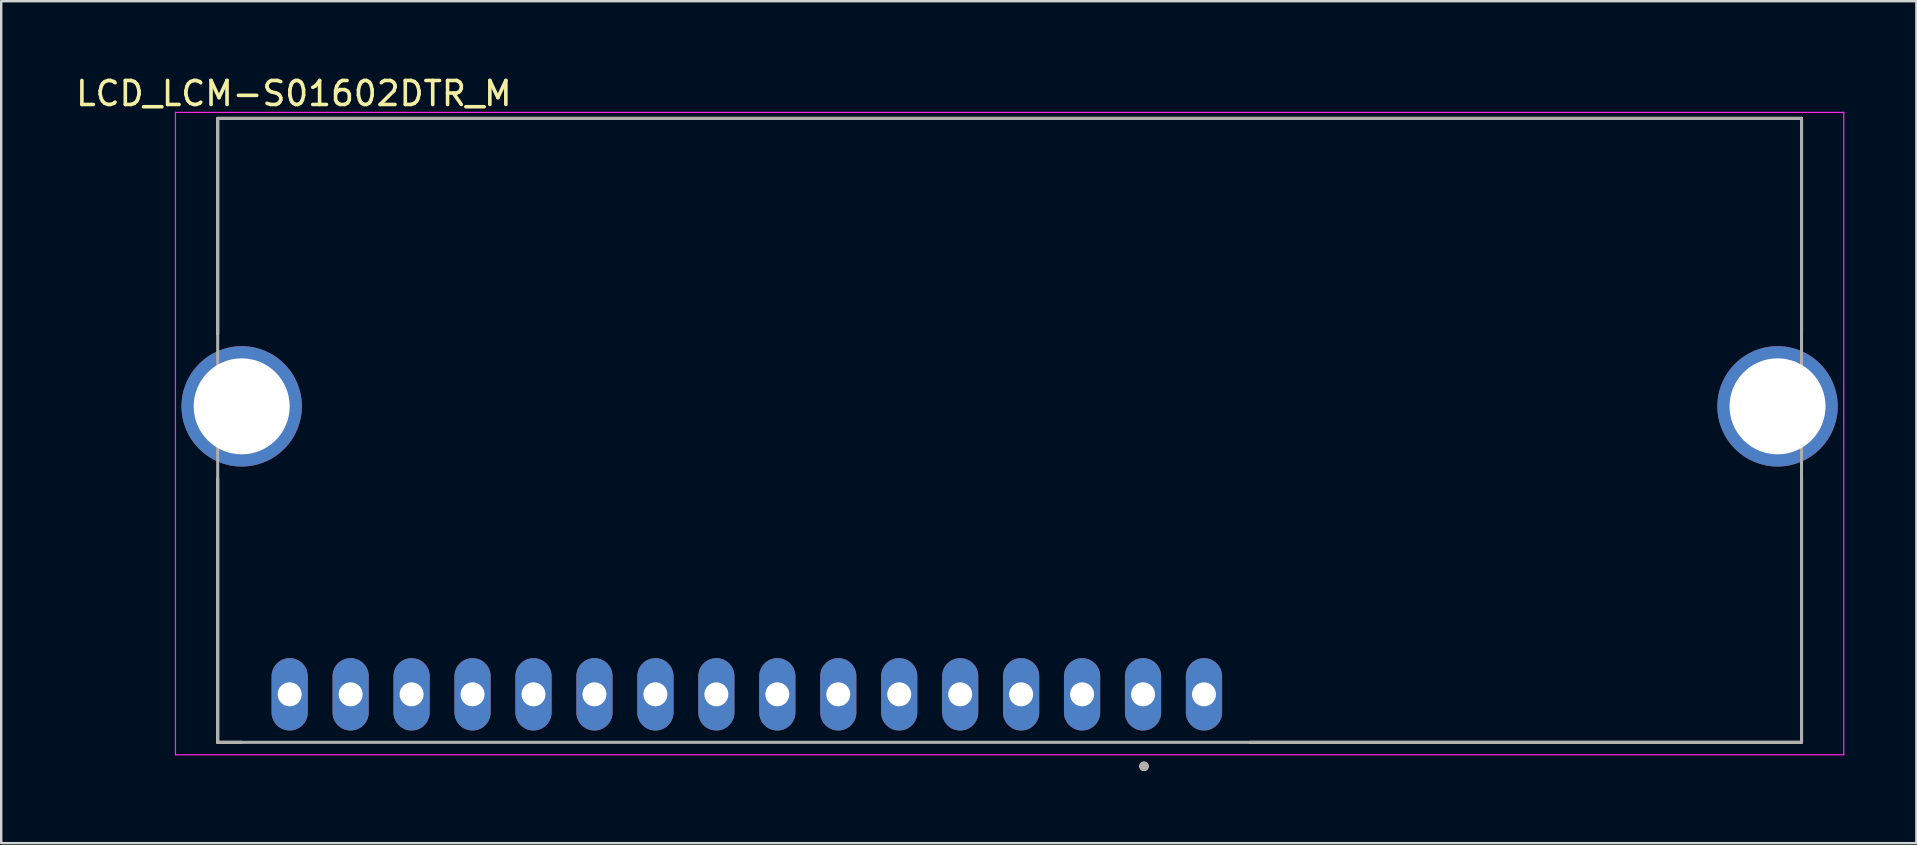
<source format=kicad_pcb>
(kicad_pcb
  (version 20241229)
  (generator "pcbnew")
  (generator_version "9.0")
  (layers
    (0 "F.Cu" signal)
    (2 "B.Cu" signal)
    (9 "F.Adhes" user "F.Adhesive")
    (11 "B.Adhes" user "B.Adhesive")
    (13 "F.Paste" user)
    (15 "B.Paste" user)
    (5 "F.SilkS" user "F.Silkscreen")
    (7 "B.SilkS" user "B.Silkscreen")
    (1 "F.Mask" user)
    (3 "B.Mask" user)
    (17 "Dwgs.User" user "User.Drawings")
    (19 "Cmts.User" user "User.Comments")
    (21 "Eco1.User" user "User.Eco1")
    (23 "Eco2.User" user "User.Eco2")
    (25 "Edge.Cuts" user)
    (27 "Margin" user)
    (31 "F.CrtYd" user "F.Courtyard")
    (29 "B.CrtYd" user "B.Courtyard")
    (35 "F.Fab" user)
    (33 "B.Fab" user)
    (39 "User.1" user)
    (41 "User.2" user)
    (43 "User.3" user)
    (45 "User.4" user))
  (footprint "LCD_LCM-S01602DTR_M"
    (layer "F.Cu")
    (at 39.021 14.883)
    (property "Reference" "LCD_LCM-S01602DTR_M" (at -29.825 -14.035 0) (layer "F.SilkS") (effects (font (size 1 1) (thickness 0.15))))
    (attr through_hole)
    (fp_line (start -33 -13) (end -33 -4) (stroke (width 0.127) (type solid)) (layer "F.SilkS"))
    (fp_line (start -33 2) (end -33 13) (stroke (width 0.127) (type solid)) (layer "F.SilkS"))
    (fp_line (start -33 13) (end -32 13) (stroke (width 0.127) (type solid)) (layer "F.SilkS"))
    (fp_line (start 10 13) (end 33 13) (stroke (width 0.127) (type solid)) (layer "F.SilkS"))
    (fp_line (start 33 -13) (end -33 -13) (stroke (width 0.127) (type solid)) (layer "F.SilkS"))
    (fp_line (start 33 -13) (end 33 -4) (stroke (width 0.127) (type solid)) (layer "F.SilkS"))
    (fp_line (start 33 2) (end 33 13) (stroke (width 0.127) (type solid)) (layer "F.SilkS"))
    (fp_circle (center 5.6 14) (end 5.7 14) (stroke (width 0.2) (type solid)) (fill no) (layer "F.SilkS"))
    (fp_line (start -34.76 -13.25) (end -34.76 13.52) (stroke (width 0.05) (type solid)) (layer "F.CrtYd"))
    (fp_line (start -34.76 13.52) (end 34.76 13.52) (stroke (width 0.05) (type solid)) (layer "F.CrtYd"))
    (fp_line (start 34.76 -13.25) (end -34.76 -13.25) (stroke (width 0.05) (type solid)) (layer "F.CrtYd"))
    (fp_line (start 34.76 13.52) (end 34.76 -13.25) (stroke (width 0.05) (type solid)) (layer "F.CrtYd"))
    (fp_line (start -33 -13) (end -33 13) (stroke (width 0.127) (type solid)) (layer "F.Fab"))
    (fp_line (start -33 13) (end 33 13) (stroke (width 0.127) (type solid)) (layer "F.Fab"))
    (fp_line (start 33 -13) (end -33 -13) (stroke (width 0.127) (type solid)) (layer "F.Fab"))
    (fp_line (start 33 13) (end 33 -13) (stroke (width 0.127) (type solid)) (layer "F.Fab"))
    (fp_circle (center 5.6 14) (end 5.7 14) (stroke (width 0.2) (type solid)) (fill no) (layer "F.Fab"))
    (pad "1" thru_hole oval (at 3.02 11) (size 1.508 3.016) (drill 1) (layers "*.Cu" "*.Mask"))
    (pad "2" thru_hole oval (at 0.48 11) (size 1.508 3.016) (drill 1) (layers "*.Cu" "*.Mask"))
    (pad "3" thru_hole oval (at -2.06 11) (size 1.508 3.016) (drill 1) (layers "*.Cu" "*.Mask"))
    (pad "4" thru_hole oval (at -4.6 11) (size 1.508 3.016) (drill 1) (layers "*.Cu" "*.Mask"))
    (pad "5" thru_hole oval (at -7.14 11) (size 1.508 3.016) (drill 1) (layers "*.Cu" "*.Mask"))
    (pad "6" thru_hole oval (at -9.68 11) (size 1.508 3.016) (drill 1) (layers "*.Cu" "*.Mask"))
    (pad "7" thru_hole oval (at -12.22 11) (size 1.508 3.016) (drill 1) (layers "*.Cu" "*.Mask"))
    (pad "8" thru_hole oval (at -14.76 11) (size 1.508 3.016) (drill 1) (layers "*.Cu" "*.Mask"))
    (pad "9" thru_hole oval (at -17.3 11) (size 1.508 3.016) (drill 1) (layers "*.Cu" "*.Mask"))
    (pad "10" thru_hole oval (at -19.84 11) (size 1.508 3.016) (drill 1) (layers "*.Cu" "*.Mask"))
    (pad "11" thru_hole oval (at -22.38 11) (size 1.508 3.016) (drill 1) (layers "*.Cu" "*.Mask"))
    (pad "12" thru_hole oval (at -24.92 11) (size 1.508 3.016) (drill 1) (layers "*.Cu" "*.Mask"))
    (pad "13" thru_hole oval (at -27.46 11) (size 1.508 3.016) (drill 1) (layers "*.Cu" "*.Mask"))
    (pad "14" thru_hole oval (at -30 11) (size 1.508 3.016) (drill 1) (layers "*.Cu" "*.Mask"))
    (pad "15" thru_hole oval (at 8.1 11) (size 1.508 3.016) (drill 1) (layers "*.Cu" "*.Mask"))
    (pad "16" thru_hole oval (at 5.56 11) (size 1.508 3.016) (drill 1) (layers "*.Cu" "*.Mask"))
    (pad "S1" thru_hole circle (at 32 -1) (size 5.016 5.016) (drill 4) (layers "*.Cu" "*.Mask"))
    (pad "S2" thru_hole circle (at -32 -1) (size 5.016 5.016) (drill 4) (layers "*.Cu" "*.Mask")))
  (gr_rect
    (start -3 -3)
    (end 76.806 32.083)
    (stroke (width 0.1) (type default))
    (fill no)
    (layer "Edge.Cuts")))
</source>
